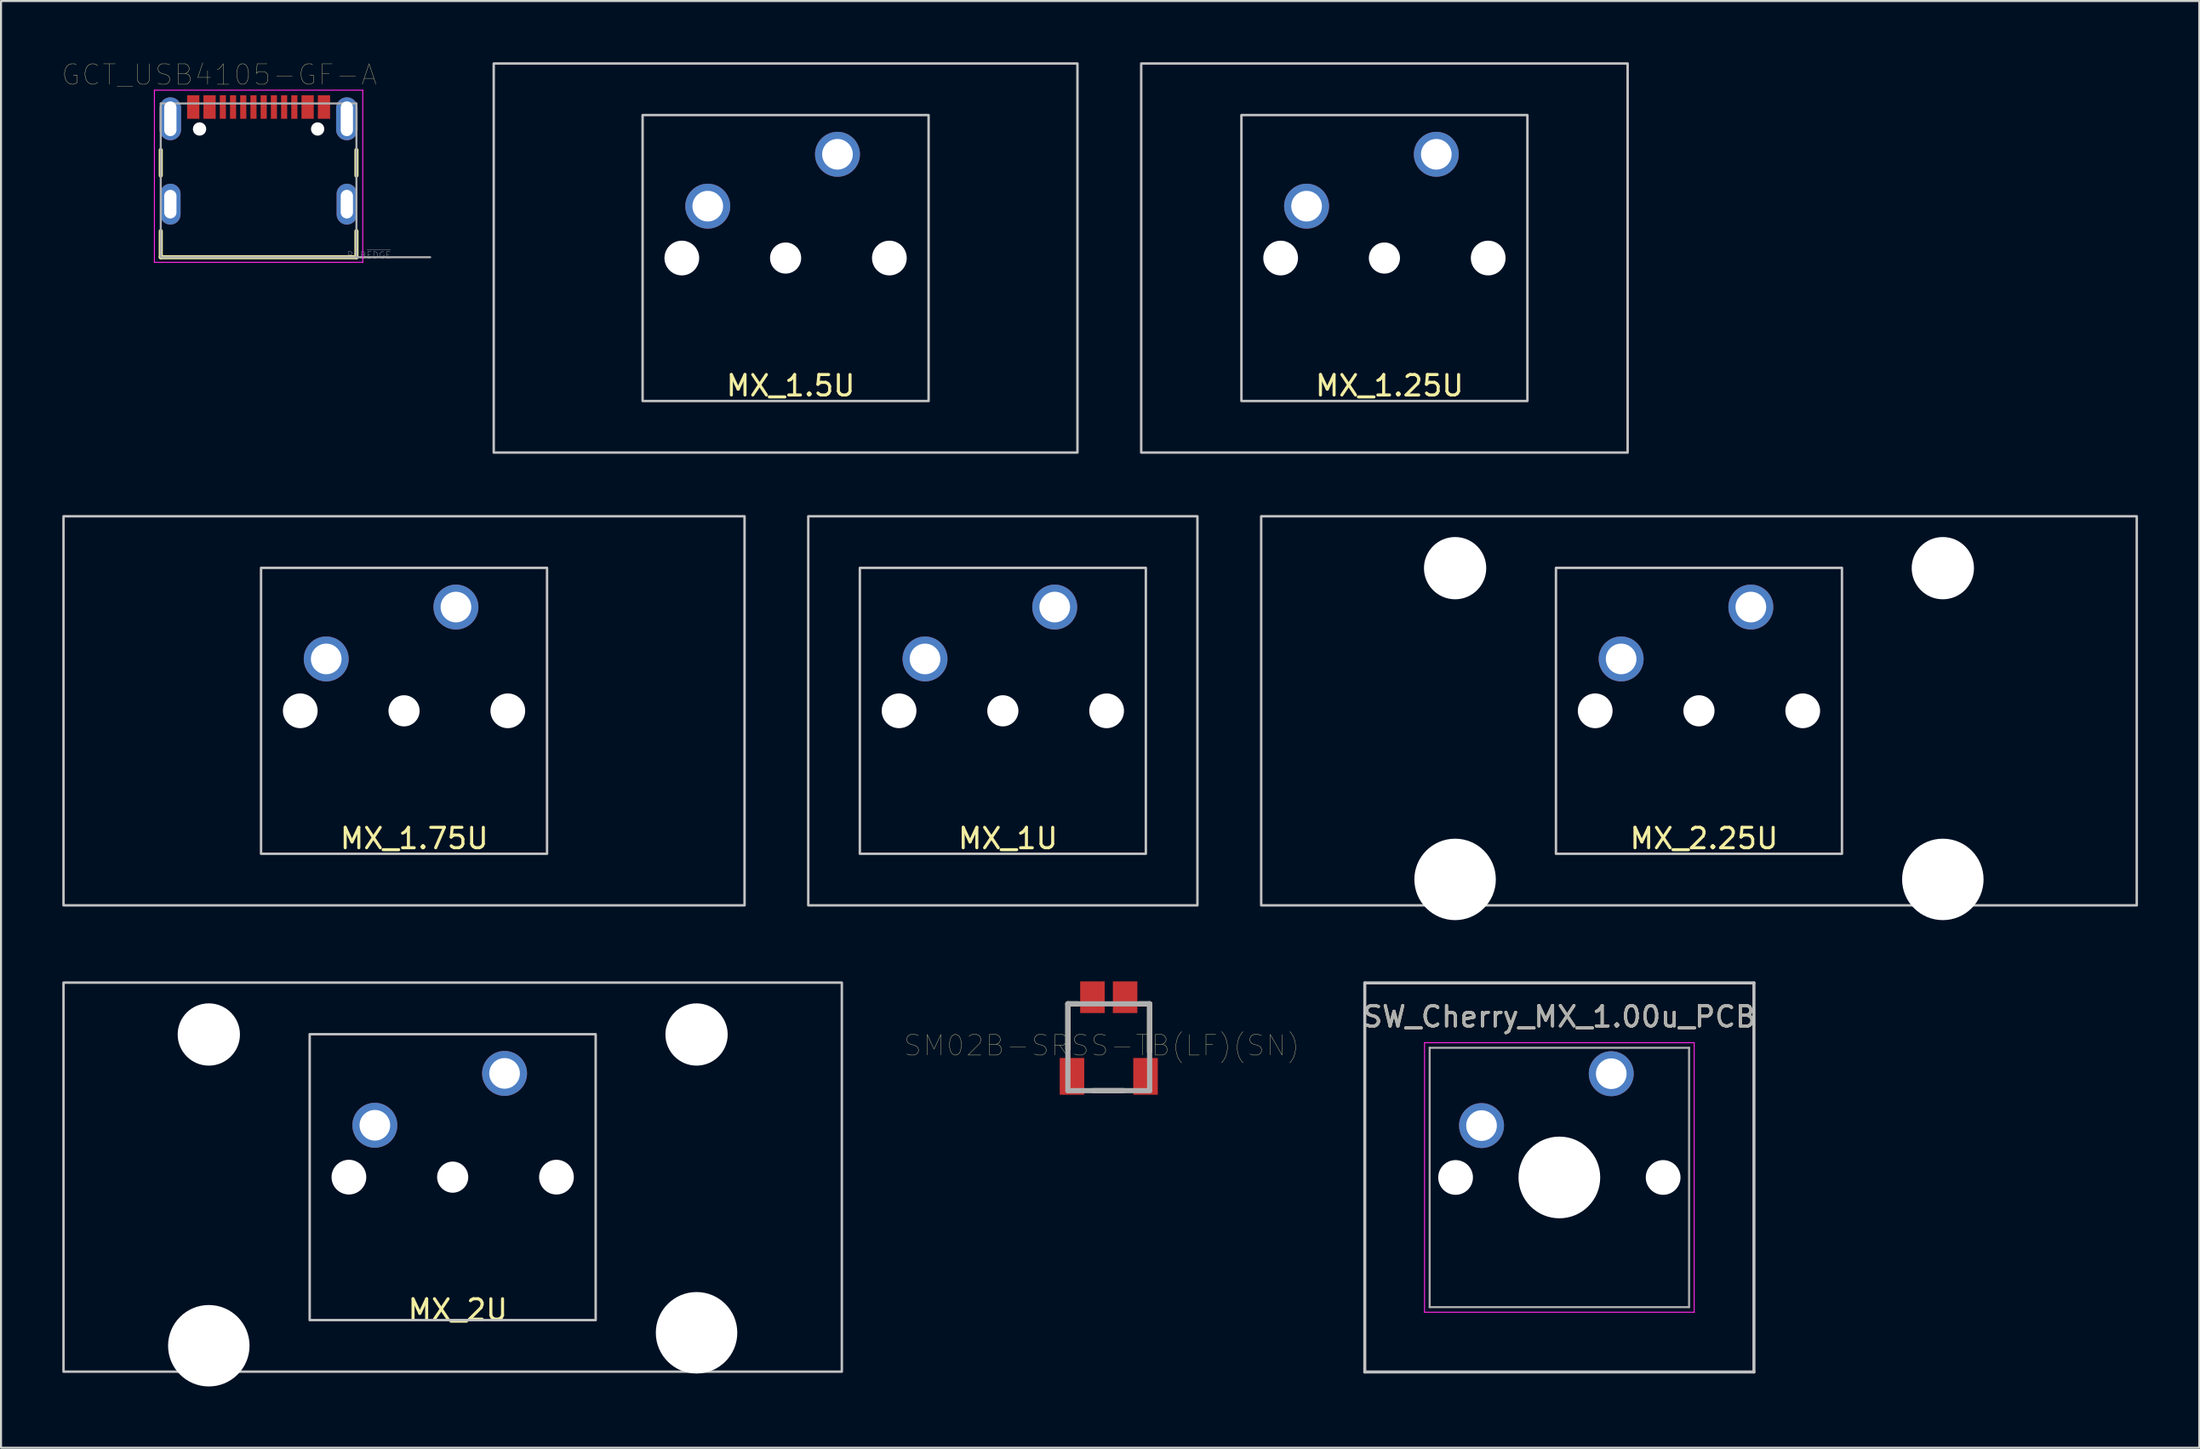
<source format=kicad_pcb>
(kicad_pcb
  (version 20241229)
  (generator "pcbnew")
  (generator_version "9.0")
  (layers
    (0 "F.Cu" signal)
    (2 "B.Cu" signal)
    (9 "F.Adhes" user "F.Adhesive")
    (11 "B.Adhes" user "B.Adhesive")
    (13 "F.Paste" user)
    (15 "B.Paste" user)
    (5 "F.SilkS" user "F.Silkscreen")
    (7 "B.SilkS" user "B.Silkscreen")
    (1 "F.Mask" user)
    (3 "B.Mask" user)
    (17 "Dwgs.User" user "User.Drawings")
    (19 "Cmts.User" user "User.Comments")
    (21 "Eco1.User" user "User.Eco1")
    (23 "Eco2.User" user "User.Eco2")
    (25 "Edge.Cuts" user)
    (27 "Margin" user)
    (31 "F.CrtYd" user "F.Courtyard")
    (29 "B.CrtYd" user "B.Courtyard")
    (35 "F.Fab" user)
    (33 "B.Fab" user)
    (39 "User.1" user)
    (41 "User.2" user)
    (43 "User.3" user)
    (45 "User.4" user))
  (footprint "MX_1.25U"
    (layer "F.Cu")
    (at 64.721 9.585)
    (property "Reference" "MX_1.25U" (at 0.25 6.25 0) (unlocked yes) (layer "F.SilkS") (effects (font (size 1 1) (thickness 0.15))))
    (fp_rect (start -11.906 -9.525) (end 11.906 9.525) (stroke (width 0.12) (type solid)) (fill no) (layer "Dwgs.User"))
    (fp_rect (start -7 -7) (end 7 7) (stroke (width 0.12) (type solid)) (fill no) (layer "Dwgs.User"))
    (pad "" np_thru_hole circle (at -5.08 0) (size 1.7 1.7) (drill 1.7) (layers "*.Cu" "*.Mask"))
    (pad "" np_thru_hole circle (at 0 0) (size 1.524 1.524) (drill 4) (layers "*.Cu" "*.Mask"))
    (pad "" np_thru_hole circle (at 5.08 0) (size 1.7 1.7) (drill 1.7) (layers "*.Cu" "*.Mask"))
    (pad "1" thru_hole circle (at 2.54 -5.08) (size 2.2 2.2) (drill 1.5) (layers "*.Cu" "*.Mask"))
    (pad "2" thru_hole circle (at -3.81 -2.54) (size 2.2 2.2) (drill 1.5) (layers "*.Cu" "*.Mask")))
  (footprint "MX_1.75U"
    (layer "F.Cu")
    (at 16.729 31.755)
    (property "Reference" "MX_1.75U" (at 0.5 6.25 0) (unlocked yes) (layer "F.SilkS") (effects (font (size 1 1) (thickness 0.15))))
    (fp_rect (start -16.669 -9.525) (end 16.669 9.525) (stroke (width 0.12) (type solid)) (fill no) (layer "Dwgs.User"))
    (fp_rect (start -7 -7) (end 7 7) (stroke (width 0.12) (type solid)) (fill no) (layer "Dwgs.User"))
    (pad "" np_thru_hole circle (at -5.08 0) (size 1.7 1.7) (drill 1.7) (layers "*.Cu" "*.Mask"))
    (pad "" np_thru_hole circle (at 0 0) (size 1.524 1.524) (drill 4) (layers "*.Cu" "*.Mask"))
    (pad "" np_thru_hole circle (at 5.08 0) (size 1.7 1.7) (drill 1.7) (layers "*.Cu" "*.Mask"))
    (pad "1" thru_hole circle (at 2.54 -5.08) (size 2.2 2.2) (drill 1.5) (layers "*.Cu" "*.Mask"))
    (pad "2" thru_hole circle (at -3.81 -2.54) (size 2.2 2.2) (drill 1.5) (layers "*.Cu" "*.Mask")))
  (footprint "GCT_USB4105-GF-A"
    (layer "F.Cu")
    (at 9.609 6.946)
    (property "Reference" "GCT_USB4105-GF-A" (at -1.925 -6.335 0) (layer "F.SilkS") (effects (font (size 1 1) (thickness 0.015))))
    (attr through_hole)
    (fp_line (start -4.79 -2.65) (end -4.79 -1.4) (stroke (width 0.2) (type solid)) (layer "F.SilkS"))
    (fp_line (start -4.79 1.32) (end -4.79 2.6) (stroke (width 0.2) (type solid)) (layer "F.SilkS"))
    (fp_line (start -4.79 2.6) (end 4.79 2.6) (stroke (width 0.2) (type solid)) (layer "F.SilkS"))
    (fp_line (start 4.79 -2.65) (end 4.79 -1.4) (stroke (width 0.2) (type solid)) (layer "F.SilkS"))
    (fp_line (start 4.79 2.6) (end 4.79 1.32) (stroke (width 0.2) (type solid)) (layer "F.SilkS"))
    (fp_line (start -5.1 -5.58) (end -5.1 2.85) (stroke (width 0.05) (type solid)) (layer "F.CrtYd"))
    (fp_line (start -5.1 2.85) (end 5.1 2.85) (stroke (width 0.05) (type solid)) (layer "F.CrtYd"))
    (fp_line (start 5.1 -5.58) (end -5.1 -5.58) (stroke (width 0.05) (type solid)) (layer "F.CrtYd"))
    (fp_line (start 5.1 2.85) (end 5.1 -5.58) (stroke (width 0.05) (type solid)) (layer "F.CrtYd"))
    (fp_line (start -4.79 -4.93) (end 4.79 -4.93) (stroke (width 0.1) (type solid)) (layer "F.Fab"))
    (fp_line (start -4.79 2.6) (end -4.79 -4.93) (stroke (width 0.1) (type solid)) (layer "F.Fab"))
    (fp_line (start 4.79 -4.93) (end 4.79 2.6) (stroke (width 0.1) (type solid)) (layer "F.Fab"))
    (fp_line (start 4.79 2.6) (end -4.79 2.6) (stroke (width 0.1) (type solid)) (layer "F.Fab"))
    (fp_line (start 4.8 2.6) (end 8.4 2.6) (stroke (width 0.1) (type solid)) (layer "F.Fab"))
    (fp_text user "PCB~{EDGE}" (at 5.4 2.5 0) (layer "F.Fab") (effects (font (size 0.32 0.32) (thickness 0.015))))
    (pad "" np_thru_hole circle (at -2.89 -3.68) (size 0.65 0.65) (drill 0.65) (layers "*.Cu" "*.Mask"))
    (pad "" np_thru_hole circle (at 2.89 -3.68) (size 0.65 0.65) (drill 0.65) (layers "*.Cu" "*.Mask"))
    (pad "A1/B12" smd rect (at -3.2 -4.755) (size 0.6 1.15) (layers "F.Cu" "F.Mask" "F.Paste"))
    (pad "A4/B9" smd rect (at -2.4 -4.755) (size 0.6 1.15) (layers "F.Cu" "F.Mask" "F.Paste"))
    (pad "A5" smd rect (at -1.25 -4.755) (size 0.3 1.15) (layers "F.Cu" "F.Mask" "F.Paste"))
    (pad "A6" smd rect (at -0.25 -4.755) (size 0.3 1.15) (layers "F.Cu" "F.Mask" "F.Paste"))
    (pad "A7" smd rect (at 0.25 -4.755) (size 0.3 1.15) (layers "F.Cu" "F.Mask" "F.Paste"))
    (pad "A8" smd rect (at 1.25 -4.755) (size 0.3 1.15) (layers "F.Cu" "F.Mask" "F.Paste"))
    (pad "B1/A12" smd rect (at 3.2 -4.755) (size 0.6 1.15) (layers "F.Cu" "F.Mask" "F.Paste"))
    (pad "B4/A9" smd rect (at 2.4 -4.755) (size 0.6 1.15) (layers "F.Cu" "F.Mask" "F.Paste"))
    (pad "B5" smd rect (at 1.75 -4.755) (size 0.3 1.15) (layers "F.Cu" "F.Mask" "F.Paste"))
    (pad "B6" smd rect (at 0.75 -4.755) (size 0.3 1.15) (layers "F.Cu" "F.Mask" "F.Paste"))
    (pad "B7" smd rect (at -0.75 -4.755) (size 0.3 1.15) (layers "F.Cu" "F.Mask" "F.Paste"))
    (pad "B8" smd rect (at -1.75 -4.755) (size 0.3 1.15) (layers "F.Cu" "F.Mask" "F.Paste"))
    (pad "G1" thru_hole oval (at -4.32 0) (size 1 2) (drill oval 0.6 1.4) (layers "*.Cu" "*.Mask"))
    (pad "G2" thru_hole oval (at 4.32 0) (size 1 2) (drill oval 0.6 1.4) (layers "*.Cu" "*.Mask"))
    (pad "G3" thru_hole oval (at -4.32 -4.18) (size 1.05 2.1) (drill oval 0.6 1.7) (layers "*.Cu" "*.Mask"))
    (pad "G4" thru_hole oval (at 4.32 -4.18) (size 1.05 2.1) (drill oval 0.6 1.7) (layers "*.Cu" "*.Mask")))
  (footprint "MX_2U"
    (layer "F.Cu")
    (at 19.11 54.589)
    (property "Reference" "MX_2U" (at 0.25 6.5 0) (unlocked yes) (layer "F.SilkS") (effects (font (size 1 1) (thickness 0.15))))
    (fp_rect (start -19.05 -9.525) (end 19.05 9.525) (stroke (width 0.12) (type solid)) (fill no) (layer "Dwgs.User"))
    (fp_rect (start -7 -7) (end 7 7) (stroke (width 0.12) (type solid)) (fill no) (layer "Dwgs.User"))
    (pad "" np_thru_hole circle (at -11.938 -6.985) (size 3.048 3.048) (drill 3.048) (layers "*.Cu" "*.Mask"))
    (pad "" np_thru_hole circle (at -11.938 8.255) (size 3.988 3.988) (drill 3.988) (layers "*.Cu" "*.Mask"))
    (pad "" np_thru_hole circle (at -5.08 0) (size 1.7 1.7) (drill 1.7) (layers "*.Cu" "*.Mask"))
    (pad "" np_thru_hole circle (at 0 0) (size 1.524 1.524) (drill 4) (layers "*.Cu" "*.Mask"))
    (pad "" np_thru_hole circle (at 5.08 0) (size 1.7 1.7) (drill 1.7) (layers "*.Cu" "*.Mask"))
    (pad "" np_thru_hole circle (at 11.938 -6.985) (size 3.048 3.048) (drill 3.048) (layers "*.Cu" "*.Mask"))
    (pad "" np_thru_hole circle (at 11.938 7.62) (size 3.988 3.988) (drill 3.988) (layers "*.Cu" "*.Mask"))
    (pad "1" thru_hole circle (at 2.54 -5.08) (size 2.2 2.2) (drill 1.5) (layers "*.Cu" "*.Mask"))
    (pad "2" thru_hole circle (at -3.81 -2.54) (size 2.2 2.2) (drill 1.5) (layers "*.Cu" "*.Mask")))
  (footprint "SM02B-SRSS-TB(LF)(SN)"
    (layer "F.Cu")
    (at 51.227 47.754)
    (property "Reference" "SM02B-SRSS-TB(LF)(SN)" (at -0.347 0.391 0) (layer "F.SilkS") (effects (font (size 1.002 1.002) (thickness 0.015))))
    (attr through_hole)
    (fp_line (start -2 -1.65) (end -2 0.563) (stroke (width 0.254) (type solid)) (layer "F.SilkS"))
    (fp_line (start -2 -1.65) (end -1.5 -1.65) (stroke (width 0.254) (type solid)) (layer "F.SilkS"))
    (fp_line (start -0.767 2.6) (end 0.722 2.6) (stroke (width 0.254) (type solid)) (layer "F.SilkS"))
    (fp_line (start 2 -1.65) (end 1.5 -1.65) (stroke (width 0.254) (type solid)) (layer "F.SilkS"))
    (fp_line (start 2 -1.65) (end 2 0.697) (stroke (width 0.254) (type solid)) (layer "F.SilkS"))
    (fp_line (start -2 -1.65) (end 2 -1.65) (stroke (width 0.254) (type solid)) (layer "F.Fab"))
    (fp_line (start -2 2.6) (end -2 -1.65) (stroke (width 0.254) (type solid)) (layer "F.Fab"))
    (fp_line (start 2 -1.65) (end 2 2.6) (stroke (width 0.254) (type solid)) (layer "F.Fab"))
    (fp_line (start 2 2.6) (end -2 2.6) (stroke (width 0.254) (type solid)) (layer "F.Fab"))
    (pad "1" smd rect (at -0.8 -1.975) (size 1.2 1.55) (layers "F.Cu" "F.Mask" "F.Paste"))
    (pad "2" smd rect (at 0.8 -1.975) (size 1.2 1.55) (layers "F.Cu" "F.Mask" "F.Paste"))
    (pad "3" smd rect (at -1.8 1.9) (size 1.2 1.8) (layers "F.Cu" "F.Mask" "F.Paste"))
    (pad "4" smd rect (at 1.8 1.9) (size 1.2 1.8) (layers "F.Cu" "F.Mask" "F.Paste")))
  (footprint "SW_Cherry_MX_1.00u_PCB"
    (layer "F.Cu")
    (at 75.825 49.524)
    (property "Reference" "SW_Cherry_MX_1.00u_PCB" (at -2.54 -2.794 0) (layer "F.SilkS") (effects (font (size 1 1) (thickness 0.15))))
    (attr through_hole)
    (fp_line (start -12.065 -4.445) (end 6.985 -4.445) (stroke (width 0.15) (type solid)) (layer "Dwgs.User"))
    (fp_line (start -12.065 14.605) (end -12.065 -4.445) (stroke (width 0.15) (type solid)) (layer "Dwgs.User"))
    (fp_line (start 6.985 -4.445) (end 6.985 14.605) (stroke (width 0.15) (type solid)) (layer "Dwgs.User"))
    (fp_line (start 6.985 14.605) (end -12.065 14.605) (stroke (width 0.15) (type solid)) (layer "Dwgs.User"))
    (fp_line (start -9.14 -1.52) (end 4.06 -1.52) (stroke (width 0.05) (type solid)) (layer "F.CrtYd"))
    (fp_line (start -9.14 11.68) (end -9.14 -1.52) (stroke (width 0.05) (type solid)) (layer "F.CrtYd"))
    (fp_line (start 4.06 -1.52) (end 4.06 11.68) (stroke (width 0.05) (type solid)) (layer "F.CrtYd"))
    (fp_line (start 4.06 11.68) (end -9.14 11.68) (stroke (width 0.05) (type solid)) (layer "F.CrtYd"))
    (fp_line (start -8.89 -1.27) (end 3.81 -1.27) (stroke (width 0.1) (type solid)) (layer "F.Fab"))
    (fp_line (start -8.89 11.43) (end -8.89 -1.27) (stroke (width 0.1) (type solid)) (layer "F.Fab"))
    (fp_line (start 3.81 -1.27) (end 3.81 11.43) (stroke (width 0.1) (type solid)) (layer "F.Fab"))
    (fp_line (start 3.81 11.43) (end -8.89 11.43) (stroke (width 0.1) (type solid)) (layer "F.Fab"))
    (fp_text user "${REFERENCE}" (at -2.54 -2.794 0) (layer "F.Fab") (effects (font (size 1 1) (thickness 0.15))))
    (pad "" np_thru_hole circle (at -7.62 5.08) (size 1.7 1.7) (drill 1.7) (layers "*.Cu" "*.Mask"))
    (pad "" np_thru_hole circle (at -2.54 5.08) (size 4 4) (drill 4) (layers "*.Cu" "*.Mask"))
    (pad "" np_thru_hole circle (at 2.54 5.08) (size 1.7 1.7) (drill 1.7) (layers "*.Cu" "*.Mask"))
    (pad "1" thru_hole circle (at 0 0) (size 2.2 2.2) (drill 1.5) (layers "*.Cu" "*.Mask"))
    (pad "2" thru_hole circle (at -6.35 2.54) (size 2.2 2.2) (drill 1.5) (layers "*.Cu" "*.Mask")))
  (footprint "MX_2.25U"
    (layer "F.Cu")
    (at 80.119 31.755)
    (property "Reference" "MX_2.25U" (at 0.25 6.25 0) (unlocked yes) (layer "F.SilkS") (effects (font (size 1 1) (thickness 0.15))))
    (fp_rect (start -21.431 -9.525) (end 21.431 9.525) (stroke (width 0.12) (type solid)) (fill no) (layer "Dwgs.User"))
    (fp_rect (start -7 -7) (end 7 7) (stroke (width 0.12) (type solid)) (fill no) (layer "Dwgs.User"))
    (pad "" np_thru_hole circle (at -11.938 -6.985) (size 3.048 3.048) (drill 3.048) (layers "*.Cu" "*.Mask"))
    (pad "" np_thru_hole circle (at -11.938 8.255) (size 3.988 3.988) (drill 3.988) (layers "*.Cu" "*.Mask"))
    (pad "" np_thru_hole circle (at -5.08 0) (size 1.7 1.7) (drill 1.7) (layers "*.Cu" "*.Mask"))
    (pad "" np_thru_hole circle (at 0 0) (size 1.524 1.524) (drill 4) (layers "*.Cu" "*.Mask"))
    (pad "" np_thru_hole circle (at 5.08 0) (size 1.7 1.7) (drill 1.7) (layers "*.Cu" "*.Mask"))
    (pad "" np_thru_hole circle (at 11.938 -6.985) (size 3.048 3.048) (drill 3.048) (layers "*.Cu" "*.Mask"))
    (pad "" np_thru_hole circle (at 11.938 8.255) (size 3.988 3.988) (drill 3.988) (layers "*.Cu" "*.Mask"))
    (pad "1" thru_hole circle (at 2.54 -5.08) (size 2.2 2.2) (drill 1.5) (layers "*.Cu" "*.Mask"))
    (pad "2" thru_hole circle (at -3.81 -2.54) (size 2.2 2.2) (drill 1.5) (layers "*.Cu" "*.Mask")))
  (footprint "MX_1.5U"
    (layer "F.Cu")
    (at 35.407 9.585)
    (property "Reference" "MX_1.5U" (at 0.25 6.25 0) (unlocked yes) (layer "F.SilkS") (effects (font (size 1 1) (thickness 0.15))))
    (fp_rect (start -14.287 -9.525) (end 14.287 9.525) (stroke (width 0.12) (type solid)) (fill no) (layer "Dwgs.User"))
    (fp_rect (start -7 -7) (end 7 7) (stroke (width 0.12) (type solid)) (fill no) (layer "Dwgs.User"))
    (pad "" np_thru_hole circle (at -5.08 0) (size 1.7 1.7) (drill 1.7) (layers "*.Cu" "*.Mask"))
    (pad "" np_thru_hole circle (at 0 0) (size 1.524 1.524) (drill 4) (layers "*.Cu" "*.Mask"))
    (pad "" np_thru_hole circle (at 5.08 0) (size 1.7 1.7) (drill 1.7) (layers "*.Cu" "*.Mask"))
    (pad "1" thru_hole circle (at 2.54 -5.08) (size 2.2 2.2) (drill 1.5) (layers "*.Cu" "*.Mask"))
    (pad "2" thru_hole circle (at -3.81 -2.54) (size 2.2 2.2) (drill 1.5) (layers "*.Cu" "*.Mask")))
  (footprint "MX_1U"
    (layer "F.Cu")
    (at 46.042 31.755)
    (property "Reference" "MX_1U" (at 0.25 6.25 0) (unlocked yes) (layer "F.SilkS") (effects (font (size 1 1) (thickness 0.15))))
    (fp_rect (start -9.525 -9.525) (end 9.525 9.525) (stroke (width 0.12) (type solid)) (fill no) (layer "Dwgs.User"))
    (fp_rect (start -7 -7) (end 7 7) (stroke (width 0.12) (type solid)) (fill no) (layer "Dwgs.User"))
    (pad "" np_thru_hole circle (at -5.08 0) (size 1.7 1.7) (drill 1.7) (layers "*.Cu" "*.Mask"))
    (pad "" np_thru_hole circle (at 0 0) (size 1.524 1.524) (drill 4) (layers "*.Cu" "*.Mask"))
    (pad "" np_thru_hole circle (at 5.08 0) (size 1.7 1.7) (drill 1.7) (layers "*.Cu" "*.Mask"))
    (pad "1" thru_hole circle (at 2.54 -5.08) (size 2.2 2.2) (drill 1.5) (layers "*.Cu" "*.Mask"))
    (pad "2" thru_hole circle (at -3.81 -2.54) (size 2.2 2.2) (drill 1.5) (layers "*.Cu" "*.Mask")))
  (gr_rect
    (start -3 -3)
    (end 104.61 67.838)
    (stroke (width 0.1) (type default))
    (fill no)
    (layer "Edge.Cuts")))
</source>
